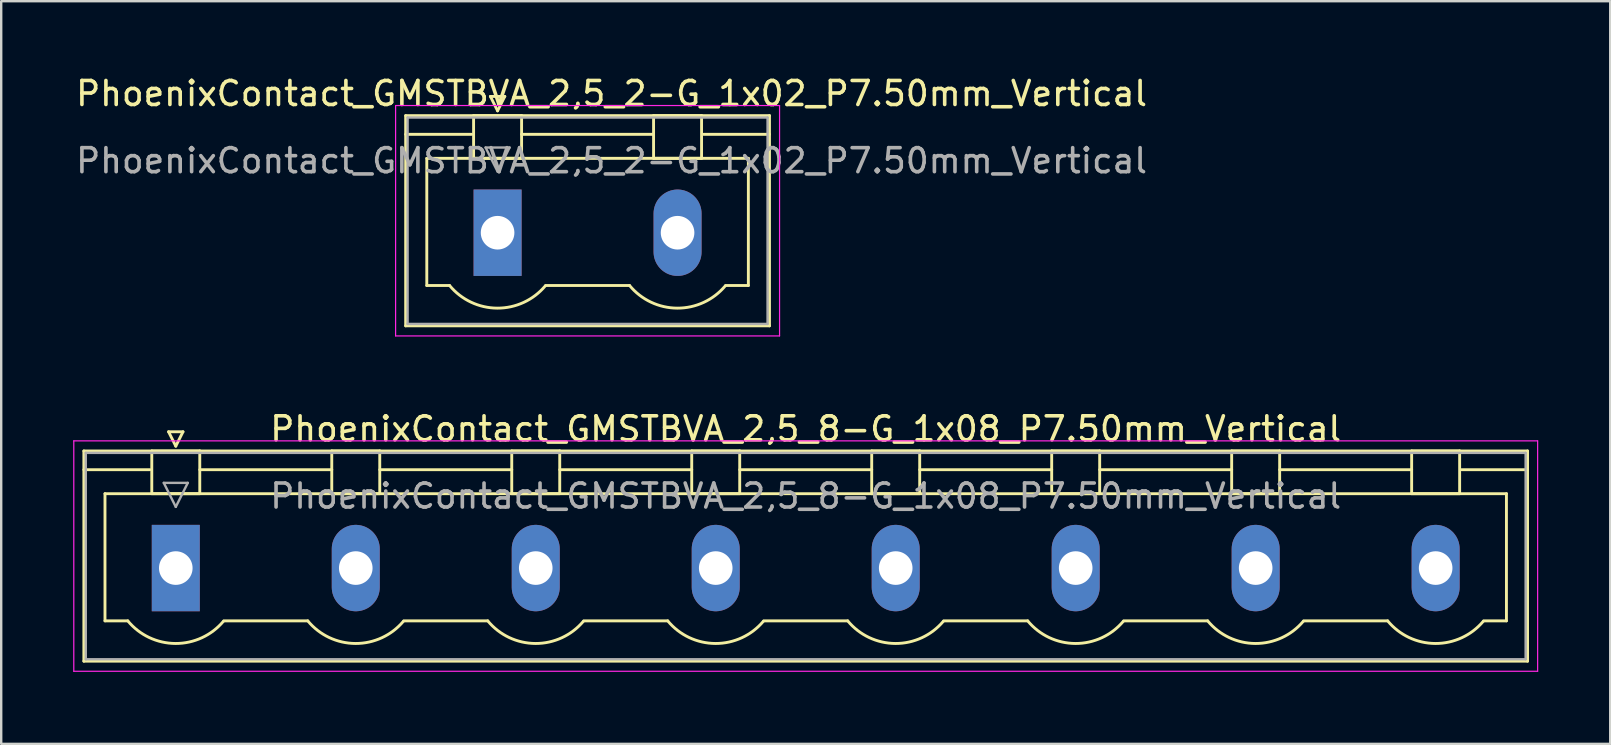
<source format=kicad_pcb>
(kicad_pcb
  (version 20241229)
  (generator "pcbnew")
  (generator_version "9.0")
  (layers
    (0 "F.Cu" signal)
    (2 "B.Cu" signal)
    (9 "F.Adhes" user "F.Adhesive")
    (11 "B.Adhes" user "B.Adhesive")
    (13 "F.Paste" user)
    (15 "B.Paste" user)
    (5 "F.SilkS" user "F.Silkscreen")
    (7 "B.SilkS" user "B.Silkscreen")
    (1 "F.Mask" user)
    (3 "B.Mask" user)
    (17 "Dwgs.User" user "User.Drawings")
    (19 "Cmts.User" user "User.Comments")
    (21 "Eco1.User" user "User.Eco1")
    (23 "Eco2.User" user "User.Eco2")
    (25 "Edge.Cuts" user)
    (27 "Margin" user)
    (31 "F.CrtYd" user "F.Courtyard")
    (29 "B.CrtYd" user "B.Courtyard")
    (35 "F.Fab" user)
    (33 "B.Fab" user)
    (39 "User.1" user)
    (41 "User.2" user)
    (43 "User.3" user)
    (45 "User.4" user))
  (footprint "PhoenixContact_GMSTBVA_2,5_8-G_1x08_P7.50mm_Vertical"
    (layer "F.Cu")
    (at 4.275 20.622)
    (property "Reference" "PhoenixContact_GMSTBVA_2,5_8-G_1x08_P7.50mm_Vertical" (at 26.25 -5.8 0) (layer "F.SilkS") (effects (font (size 1 1) (thickness 0.15))))
    (attr through_hole)
    (fp_line (start -3.83 -4.88) (end -3.83 3.88) (stroke (width 0.12) (type solid)) (layer "F.SilkS"))
    (fp_line (start -3.83 -4.1) (end -1.08 -4.1) (stroke (width 0.12) (type solid)) (layer "F.SilkS"))
    (fp_line (start -3.83 3.88) (end 56.33 3.88) (stroke (width 0.12) (type solid)) (layer "F.SilkS"))
    (fp_line (start -2.95 -3.1) (end 55.45 -3.1) (stroke (width 0.12) (type solid)) (layer "F.SilkS"))
    (fp_line (start -2.95 2.2) (end -2.95 -3.1) (stroke (width 0.12) (type solid)) (layer "F.SilkS"))
    (fp_line (start -2 2.2) (end -2.95 2.2) (stroke (width 0.12) (type solid)) (layer "F.SilkS"))
    (fp_line (start -1 -4.88) (end 1 -4.88) (stroke (width 0.12) (type solid)) (layer "F.SilkS"))
    (fp_line (start -1 -3.1) (end -1 -4.88) (stroke (width 0.12) (type solid)) (layer "F.SilkS"))
    (fp_line (start -0.3 -5.68) (end 0.3 -5.68) (stroke (width 0.12) (type solid)) (layer "F.SilkS"))
    (fp_line (start 0 -5.08) (end -0.3 -5.68) (stroke (width 0.12) (type solid)) (layer "F.SilkS"))
    (fp_line (start 0.3 -5.68) (end 0 -5.08) (stroke (width 0.12) (type solid)) (layer "F.SilkS"))
    (fp_line (start 1 -4.88) (end 1 -3.1) (stroke (width 0.12) (type solid)) (layer "F.SilkS"))
    (fp_line (start 1 -4.1) (end 6.5 -4.1) (stroke (width 0.12) (type solid)) (layer "F.SilkS"))
    (fp_line (start 1 -3.1) (end -1 -3.1) (stroke (width 0.12) (type solid)) (layer "F.SilkS"))
    (fp_line (start 2 2.2) (end 5.5 2.2) (stroke (width 0.12) (type solid)) (layer "F.SilkS"))
    (fp_line (start 6.5 -4.88) (end 8.5 -4.88) (stroke (width 0.12) (type solid)) (layer "F.SilkS"))
    (fp_line (start 6.5 -3.1) (end 6.5 -4.88) (stroke (width 0.12) (type solid)) (layer "F.SilkS"))
    (fp_line (start 8.5 -4.88) (end 8.5 -3.1) (stroke (width 0.12) (type solid)) (layer "F.SilkS"))
    (fp_line (start 8.5 -4.1) (end 14 -4.1) (stroke (width 0.12) (type solid)) (layer "F.SilkS"))
    (fp_line (start 8.5 -3.1) (end 6.5 -3.1) (stroke (width 0.12) (type solid)) (layer "F.SilkS"))
    (fp_line (start 9.5 2.2) (end 13 2.2) (stroke (width 0.12) (type solid)) (layer "F.SilkS"))
    (fp_line (start 14 -4.88) (end 16 -4.88) (stroke (width 0.12) (type solid)) (layer "F.SilkS"))
    (fp_line (start 14 -3.1) (end 14 -4.88) (stroke (width 0.12) (type solid)) (layer "F.SilkS"))
    (fp_line (start 16 -4.88) (end 16 -3.1) (stroke (width 0.12) (type solid)) (layer "F.SilkS"))
    (fp_line (start 16 -4.1) (end 21.5 -4.1) (stroke (width 0.12) (type solid)) (layer "F.SilkS"))
    (fp_line (start 16 -3.1) (end 14 -3.1) (stroke (width 0.12) (type solid)) (layer "F.SilkS"))
    (fp_line (start 17 2.2) (end 20.5 2.2) (stroke (width 0.12) (type solid)) (layer "F.SilkS"))
    (fp_line (start 21.5 -4.88) (end 23.5 -4.88) (stroke (width 0.12) (type solid)) (layer "F.SilkS"))
    (fp_line (start 21.5 -3.1) (end 21.5 -4.88) (stroke (width 0.12) (type solid)) (layer "F.SilkS"))
    (fp_line (start 23.5 -4.88) (end 23.5 -3.1) (stroke (width 0.12) (type solid)) (layer "F.SilkS"))
    (fp_line (start 23.5 -4.1) (end 29 -4.1) (stroke (width 0.12) (type solid)) (layer "F.SilkS"))
    (fp_line (start 23.5 -3.1) (end 21.5 -3.1) (stroke (width 0.12) (type solid)) (layer "F.SilkS"))
    (fp_line (start 24.5 2.2) (end 28 2.2) (stroke (width 0.12) (type solid)) (layer "F.SilkS"))
    (fp_line (start 29 -4.88) (end 31 -4.88) (stroke (width 0.12) (type solid)) (layer "F.SilkS"))
    (fp_line (start 29 -3.1) (end 29 -4.88) (stroke (width 0.12) (type solid)) (layer "F.SilkS"))
    (fp_line (start 31 -4.88) (end 31 -3.1) (stroke (width 0.12) (type solid)) (layer "F.SilkS"))
    (fp_line (start 31 -4.1) (end 36.5 -4.1) (stroke (width 0.12) (type solid)) (layer "F.SilkS"))
    (fp_line (start 31 -3.1) (end 29 -3.1) (stroke (width 0.12) (type solid)) (layer "F.SilkS"))
    (fp_line (start 32 2.2) (end 35.5 2.2) (stroke (width 0.12) (type solid)) (layer "F.SilkS"))
    (fp_line (start 36.5 -4.88) (end 38.5 -4.88) (stroke (width 0.12) (type solid)) (layer "F.SilkS"))
    (fp_line (start 36.5 -3.1) (end 36.5 -4.88) (stroke (width 0.12) (type solid)) (layer "F.SilkS"))
    (fp_line (start 38.5 -4.88) (end 38.5 -3.1) (stroke (width 0.12) (type solid)) (layer "F.SilkS"))
    (fp_line (start 38.5 -4.1) (end 44 -4.1) (stroke (width 0.12) (type solid)) (layer "F.SilkS"))
    (fp_line (start 38.5 -3.1) (end 36.5 -3.1) (stroke (width 0.12) (type solid)) (layer "F.SilkS"))
    (fp_line (start 39.5 2.2) (end 43 2.2) (stroke (width 0.12) (type solid)) (layer "F.SilkS"))
    (fp_line (start 44 -4.88) (end 46 -4.88) (stroke (width 0.12) (type solid)) (layer "F.SilkS"))
    (fp_line (start 44 -3.1) (end 44 -4.88) (stroke (width 0.12) (type solid)) (layer "F.SilkS"))
    (fp_line (start 46 -4.88) (end 46 -3.1) (stroke (width 0.12) (type solid)) (layer "F.SilkS"))
    (fp_line (start 46 -4.1) (end 51.5 -4.1) (stroke (width 0.12) (type solid)) (layer "F.SilkS"))
    (fp_line (start 46 -3.1) (end 44 -3.1) (stroke (width 0.12) (type solid)) (layer "F.SilkS"))
    (fp_line (start 47 2.2) (end 50.5 2.2) (stroke (width 0.12) (type solid)) (layer "F.SilkS"))
    (fp_line (start 51.5 -4.88) (end 53.5 -4.88) (stroke (width 0.12) (type solid)) (layer "F.SilkS"))
    (fp_line (start 51.5 -3.1) (end 51.5 -4.88) (stroke (width 0.12) (type solid)) (layer "F.SilkS"))
    (fp_line (start 53.5 -4.88) (end 53.5 -3.1) (stroke (width 0.12) (type solid)) (layer "F.SilkS"))
    (fp_line (start 53.5 -3.1) (end 51.5 -3.1) (stroke (width 0.12) (type solid)) (layer "F.SilkS"))
    (fp_line (start 55.45 -3.1) (end 55.45 2.2) (stroke (width 0.12) (type solid)) (layer "F.SilkS"))
    (fp_line (start 55.45 2.2) (end 54.5 2.2) (stroke (width 0.12) (type solid)) (layer "F.SilkS"))
    (fp_line (start 56.33 -4.88) (end -3.83 -4.88) (stroke (width 0.12) (type solid)) (layer "F.SilkS"))
    (fp_line (start 56.33 -4.1) (end 53.58 -4.1) (stroke (width 0.12) (type solid)) (layer "F.SilkS"))
    (fp_line (start 56.33 3.88) (end 56.33 -4.88) (stroke (width 0.12) (type solid)) (layer "F.SilkS"))
    (fp_arc (start 1.986842 2.215821) (mid -0.010289 3.142758) (end -2 2.2) (stroke (width 0.12) (type solid)) (layer "F.SilkS"))
    (fp_arc (start 9.486842 2.215821) (mid 7.489711 3.142758) (end 5.5 2.2) (stroke (width 0.12) (type solid)) (layer "F.SilkS"))
    (fp_arc (start 16.986842 2.215821) (mid 14.989711 3.142758) (end 13 2.2) (stroke (width 0.12) (type solid)) (layer "F.SilkS"))
    (fp_arc (start 24.486842 2.215821) (mid 22.489711 3.142758) (end 20.5 2.2) (stroke (width 0.12) (type solid)) (layer "F.SilkS"))
    (fp_arc (start 31.986842 2.215821) (mid 29.989711 3.142758) (end 28 2.2) (stroke (width 0.12) (type solid)) (layer "F.SilkS"))
    (fp_arc (start 39.486842 2.215821) (mid 37.489711 3.142758) (end 35.5 2.2) (stroke (width 0.12) (type solid)) (layer "F.SilkS"))
    (fp_arc (start 46.986842 2.215821) (mid 44.989711 3.142758) (end 43 2.2) (stroke (width 0.12) (type solid)) (layer "F.SilkS"))
    (fp_arc (start 54.486842 2.215821) (mid 52.489711 3.142758) (end 50.5 2.2) (stroke (width 0.12) (type solid)) (layer "F.SilkS"))
    (fp_line (start -4.25 -5.3) (end -4.25 4.3) (stroke (width 0.05) (type solid)) (layer "F.CrtYd"))
    (fp_line (start -4.25 4.3) (end 56.75 4.3) (stroke (width 0.05) (type solid)) (layer "F.CrtYd"))
    (fp_line (start 56.75 -5.3) (end -4.25 -5.3) (stroke (width 0.05) (type solid)) (layer "F.CrtYd"))
    (fp_line (start 56.75 4.3) (end 56.75 -5.3) (stroke (width 0.05) (type solid)) (layer "F.CrtYd"))
    (fp_line (start -3.75 -4.8) (end -3.75 3.8) (stroke (width 0.1) (type solid)) (layer "F.Fab"))
    (fp_line (start -3.75 3.8) (end 56.25 3.8) (stroke (width 0.1) (type solid)) (layer "F.Fab"))
    (fp_line (start -0.5 -3.55) (end 0.5 -3.55) (stroke (width 0.1) (type solid)) (layer "F.Fab"))
    (fp_line (start 0 -2.55) (end -0.5 -3.55) (stroke (width 0.1) (type solid)) (layer "F.Fab"))
    (fp_line (start 0.5 -3.55) (end 0 -2.55) (stroke (width 0.1) (type solid)) (layer "F.Fab"))
    (fp_line (start 56.25 -4.8) (end -3.75 -4.8) (stroke (width 0.1) (type solid)) (layer "F.Fab"))
    (fp_line (start 56.25 3.8) (end 56.25 -4.8) (stroke (width 0.1) (type solid)) (layer "F.Fab"))
    (fp_text user "${REFERENCE}" (at 26.25 -3 0) (layer "F.Fab") (effects (font (size 1 1) (thickness 0.15))))
    (pad "1" thru_hole rect (at 0 0) (size 2 3.6) (drill 1.4) (layers "*.Cu" "*.Mask"))
    (pad "2" thru_hole oval (at 7.5 0) (size 2 3.6) (drill 1.4) (layers "*.Cu" "*.Mask"))
    (pad "3" thru_hole oval (at 15 0) (size 2 3.6) (drill 1.4) (layers "*.Cu" "*.Mask"))
    (pad "4" thru_hole oval (at 22.5 0) (size 2 3.6) (drill 1.4) (layers "*.Cu" "*.Mask"))
    (pad "5" thru_hole oval (at 30 0) (size 2 3.6) (drill 1.4) (layers "*.Cu" "*.Mask"))
    (pad "6" thru_hole oval (at 37.5 0) (size 2 3.6) (drill 1.4) (layers "*.Cu" "*.Mask"))
    (pad "7" thru_hole oval (at 45 0) (size 2 3.6) (drill 1.4) (layers "*.Cu" "*.Mask"))
    (pad "8" thru_hole oval (at 52.5 0) (size 2 3.6) (drill 1.4) (layers "*.Cu" "*.Mask")))
  (footprint "PhoenixContact_GMSTBVA_2,5_2-G_1x02_P7.50mm_Vertical"
    (layer "F.Cu")
    (at 17.685 6.648)
    (property "Reference" "PhoenixContact_GMSTBVA_2,5_2-G_1x02_P7.50mm_Vertical" (at 4.75 -5.8 0) (layer "F.SilkS") (effects (font (size 1 1) (thickness 0.15))))
    (attr through_hole)
    (fp_line (start -3.83 -4.88) (end -3.83 3.88) (stroke (width 0.12) (type solid)) (layer "F.SilkS"))
    (fp_line (start -3.83 -4.1) (end -1.08 -4.1) (stroke (width 0.12) (type solid)) (layer "F.SilkS"))
    (fp_line (start -3.83 3.88) (end 11.33 3.88) (stroke (width 0.12) (type solid)) (layer "F.SilkS"))
    (fp_line (start -2.95 -3.1) (end 10.45 -3.1) (stroke (width 0.12) (type solid)) (layer "F.SilkS"))
    (fp_line (start -2.95 2.2) (end -2.95 -3.1) (stroke (width 0.12) (type solid)) (layer "F.SilkS"))
    (fp_line (start -2 2.2) (end -2.95 2.2) (stroke (width 0.12) (type solid)) (layer "F.SilkS"))
    (fp_line (start -1 -4.88) (end 1 -4.88) (stroke (width 0.12) (type solid)) (layer "F.SilkS"))
    (fp_line (start -1 -3.1) (end -1 -4.88) (stroke (width 0.12) (type solid)) (layer "F.SilkS"))
    (fp_line (start -0.3 -5.68) (end 0.3 -5.68) (stroke (width 0.12) (type solid)) (layer "F.SilkS"))
    (fp_line (start 0 -5.08) (end -0.3 -5.68) (stroke (width 0.12) (type solid)) (layer "F.SilkS"))
    (fp_line (start 0.3 -5.68) (end 0 -5.08) (stroke (width 0.12) (type solid)) (layer "F.SilkS"))
    (fp_line (start 1 -4.88) (end 1 -3.1) (stroke (width 0.12) (type solid)) (layer "F.SilkS"))
    (fp_line (start 1 -4.1) (end 6.5 -4.1) (stroke (width 0.12) (type solid)) (layer "F.SilkS"))
    (fp_line (start 1 -3.1) (end -1 -3.1) (stroke (width 0.12) (type solid)) (layer "F.SilkS"))
    (fp_line (start 2 2.2) (end 5.5 2.2) (stroke (width 0.12) (type solid)) (layer "F.SilkS"))
    (fp_line (start 6.5 -4.88) (end 8.5 -4.88) (stroke (width 0.12) (type solid)) (layer "F.SilkS"))
    (fp_line (start 6.5 -3.1) (end 6.5 -4.88) (stroke (width 0.12) (type solid)) (layer "F.SilkS"))
    (fp_line (start 8.5 -4.88) (end 8.5 -3.1) (stroke (width 0.12) (type solid)) (layer "F.SilkS"))
    (fp_line (start 8.5 -3.1) (end 6.5 -3.1) (stroke (width 0.12) (type solid)) (layer "F.SilkS"))
    (fp_line (start 10.45 -3.1) (end 10.45 2.2) (stroke (width 0.12) (type solid)) (layer "F.SilkS"))
    (fp_line (start 10.45 2.2) (end 9.5 2.2) (stroke (width 0.12) (type solid)) (layer "F.SilkS"))
    (fp_line (start 11.33 -4.88) (end -3.83 -4.88) (stroke (width 0.12) (type solid)) (layer "F.SilkS"))
    (fp_line (start 11.33 -4.1) (end 8.58 -4.1) (stroke (width 0.12) (type solid)) (layer "F.SilkS"))
    (fp_line (start 11.33 3.88) (end 11.33 -4.88) (stroke (width 0.12) (type solid)) (layer "F.SilkS"))
    (fp_arc (start 1.986842 2.215821) (mid -0.010289 3.142758) (end -2 2.2) (stroke (width 0.12) (type solid)) (layer "F.SilkS"))
    (fp_arc (start 9.486842 2.215821) (mid 7.489711 3.142758) (end 5.5 2.2) (stroke (width 0.12) (type solid)) (layer "F.SilkS"))
    (fp_line (start -4.25 -5.3) (end -4.25 4.3) (stroke (width 0.05) (type solid)) (layer "F.CrtYd"))
    (fp_line (start -4.25 4.3) (end 11.75 4.3) (stroke (width 0.05) (type solid)) (layer "F.CrtYd"))
    (fp_line (start 11.75 -5.3) (end -4.25 -5.3) (stroke (width 0.05) (type solid)) (layer "F.CrtYd"))
    (fp_line (start 11.75 4.3) (end 11.75 -5.3) (stroke (width 0.05) (type solid)) (layer "F.CrtYd"))
    (fp_line (start -3.75 -4.8) (end -3.75 3.8) (stroke (width 0.1) (type solid)) (layer "F.Fab"))
    (fp_line (start -3.75 3.8) (end 11.25 3.8) (stroke (width 0.1) (type solid)) (layer "F.Fab"))
    (fp_line (start -0.5 -3.55) (end 0.5 -3.55) (stroke (width 0.1) (type solid)) (layer "F.Fab"))
    (fp_line (start 0 -2.55) (end -0.5 -3.55) (stroke (width 0.1) (type solid)) (layer "F.Fab"))
    (fp_line (start 0.5 -3.55) (end 0 -2.55) (stroke (width 0.1) (type solid)) (layer "F.Fab"))
    (fp_line (start 11.25 -4.8) (end -3.75 -4.8) (stroke (width 0.1) (type solid)) (layer "F.Fab"))
    (fp_line (start 11.25 3.8) (end 11.25 -4.8) (stroke (width 0.1) (type solid)) (layer "F.Fab"))
    (fp_text user "${REFERENCE}" (at 4.75 -3 0) (layer "F.Fab") (effects (font (size 1 1) (thickness 0.15))))
    (pad "1" thru_hole rect (at 0 0) (size 2 3.6) (drill 1.4) (layers "*.Cu" "*.Mask"))
    (pad "2" thru_hole oval (at 7.5 0) (size 2 3.6) (drill 1.4) (layers "*.Cu" "*.Mask")))
  (gr_rect
    (start -3 -3)
    (end 64.05 27.947)
    (stroke (width 0.1) (type default))
    (fill no)
    (layer "Edge.Cuts")))
</source>
